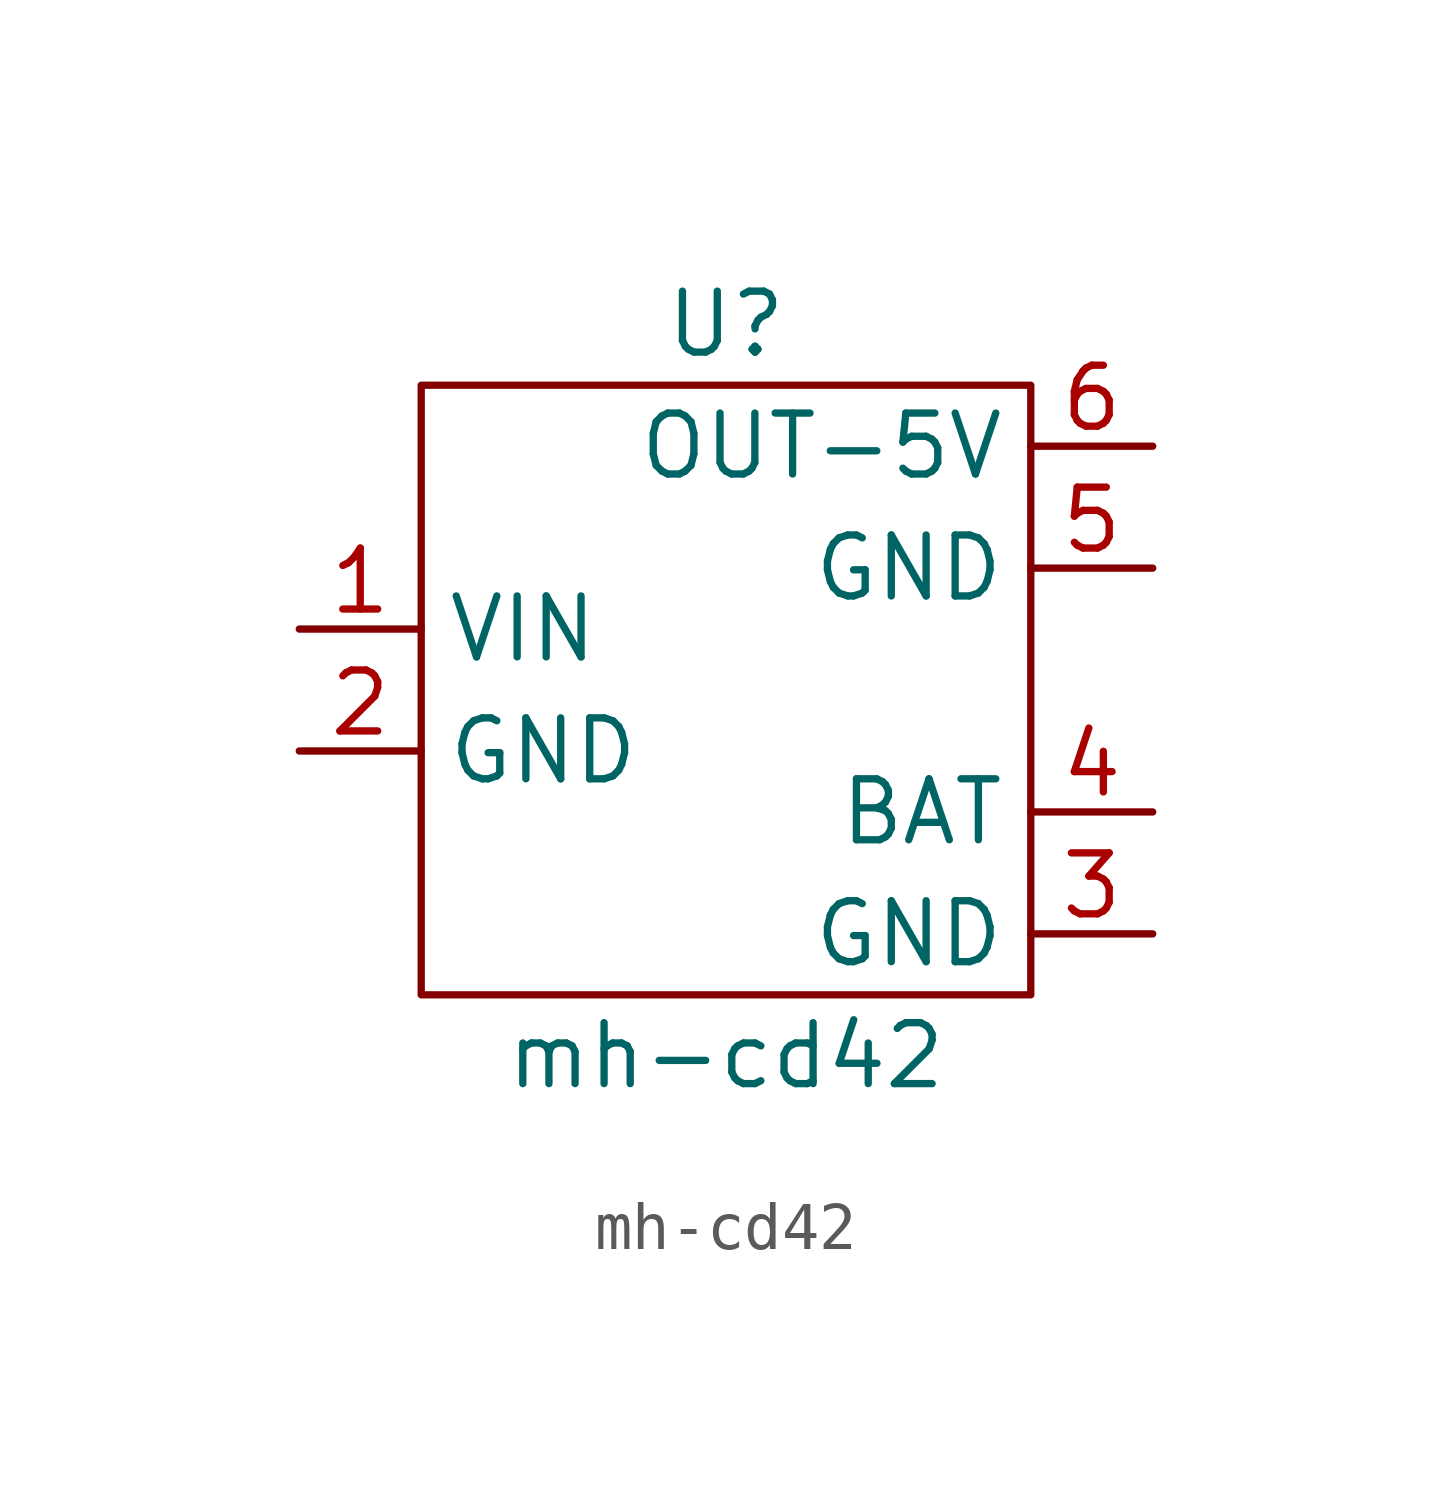
<source format=kicad_sym>
(kicad_symbol_lib
  (version 20220914)
  (generator kicad_symbol_editor)
  (symbol "mh-cd42"
    (property "Reference" "U"
      (at 0 7.62 0)
      (effects (font (size 1.27 1.27))))
    (property "Value" "mh-cd42"
      (at 0 -7.62 0)
      (effects (font (size 1.27 1.27))))
    (symbol "mh-cd42_0_1"
      (rectangle (start -6.35 6.35) (end 6.35 -6.35) (stroke (width 0) (type default)) (fill (type none))))
    (symbol "mh-cd42_1_1"
      (pin power_in line (at -8.89 1.27 0) (length 2.54) (name "VIN" (effects (font (size 1.27 1.27)))) (number "1" (effects (font (size 1.27 1.27)))))
      (pin passive line (at -8.89 -1.27 0) (length 2.54) (name "GND" (effects (font (size 1.27 1.27)))) (number "2" (effects (font (size 1.27 1.27)))))
      (pin passive line (at 8.89 -5.08 180) (length 2.54) (name "GND" (effects (font (size 1.27 1.27)))) (number "3" (effects (font (size 1.27 1.27)))))
      (pin passive line (at 8.89 -2.54 180) (length 2.54) (name "BAT" (effects (font (size 1.27 1.27)))) (number "4" (effects (font (size 1.27 1.27)))))
      (pin passive line (at 8.89 2.54 180) (length 2.54) (name "GND" (effects (font (size 1.27 1.27)))) (number "5" (effects (font (size 1.27 1.27)))))
      (pin power_out line (at 8.89 5.08 180) (length 2.54) (name "OUT-5V" (effects (font (size 1.27 1.27)))) (number "6" (effects (font (size 1.27 1.27))))))))
</source>
